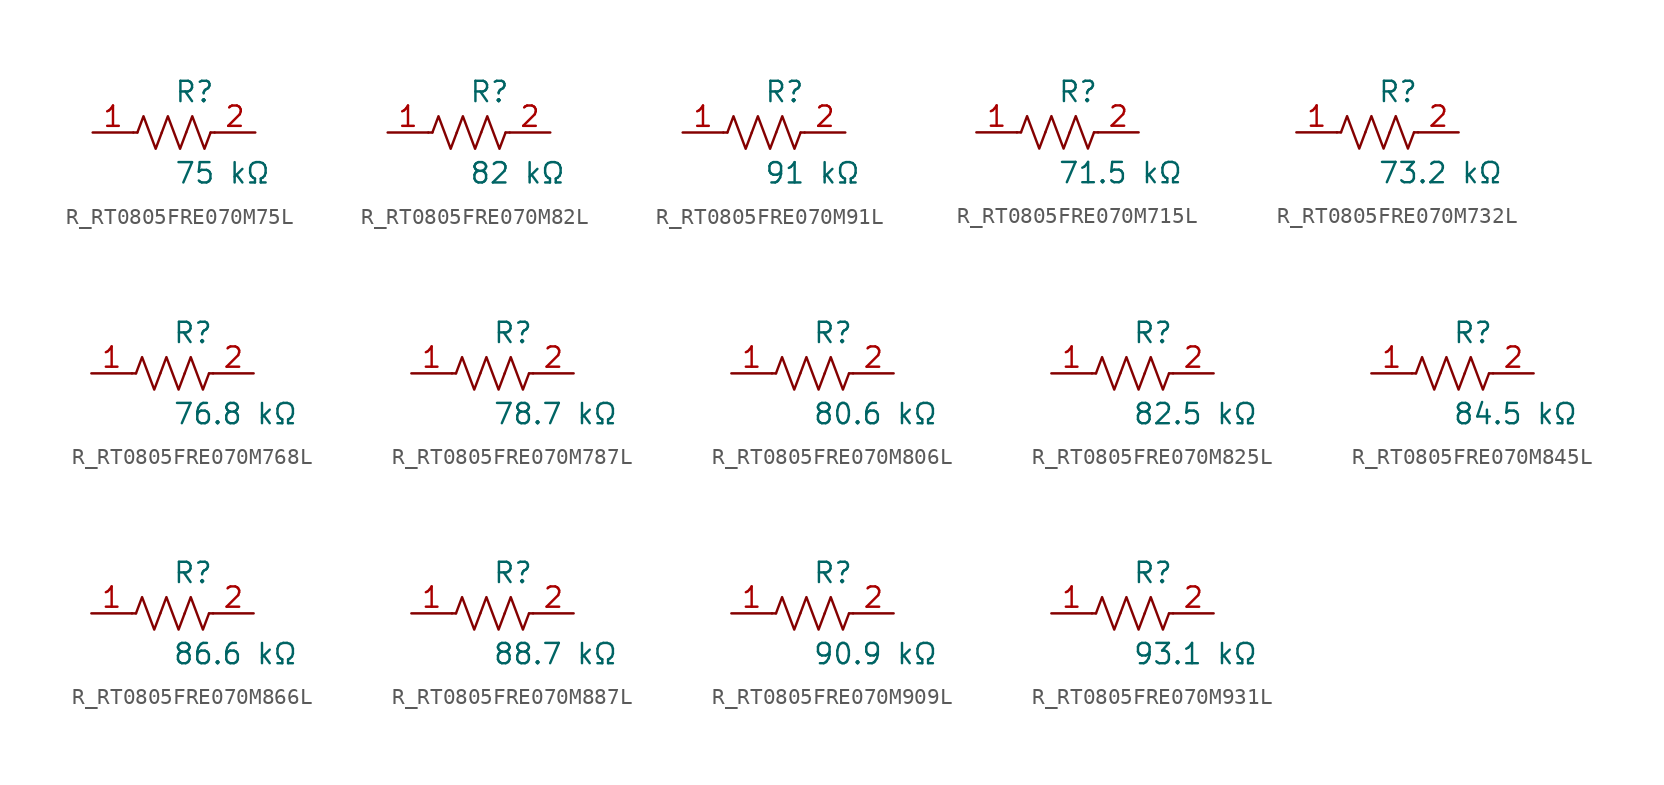
<source format=kicad_sym>
(kicad_symbol_lib
  (version 20231120)
  (generator kicad_symbol_editor)
  (generator_version 8.0)
  (symbol "R_RT0805FRE070M75L"
    (pin_names
      (offset 0.254))
    (property "Reference" "R"
      (at 0.0 2.54 0)
      (effects (font (size 1.27 1.27)) (justify left)))
    (property "Value" "75 kΩ"
      (at 0.0 -2.54 0)
      (effects (font (size 1.27 1.27)) (justify left)))
    (symbol "R_RT0805FRE070M75L_0_1"
      (polyline (pts (xy 2.286 0) (xy 2.54 0)) (stroke (width 0) (type default)) (fill (type none)))
      (polyline (pts (xy -2.286 0) (xy -2.54 0)) (stroke (width 0) (type default)) (fill (type none)))
      (polyline (pts (xy 0.762 0) (xy 1.143 1.016) (xy 1.524 0) (xy 1.905 -1.016) (xy 2.286 0)) (stroke (width 0) (type default)) (fill (type none)))
      (polyline (pts (xy -0.762 0) (xy -0.381 1.016) (xy 0 0) (xy 0.381 -1.016) (xy 0.762 0)) (stroke (width 0) (type default)) (fill (type none)))
      (polyline (pts (xy -2.286 0) (xy -1.905 1.016) (xy -1.524 0) (xy -1.143 -1.016) (xy -0.762 0)) (stroke (width 0) (type default)) (fill (type none))))
    (pin unspecified line
      (at -5.08 0 0)
      (length 2.54)
      (name "" (effects (font (size 1.27 1.27))))
      (number "1" (effects (font (size 1.27 1.27)))))
    (pin unspecified line
      (at 5.08 0 180)
      (length 2.54)
      (name "" (effects (font (size 1.27 1.27))))
      (number "2" (effects (font (size 1.27 1.27))))))
  (symbol "R_RT0805FRE070M82L"
    (pin_names
      (offset 0.254))
    (property "Reference" "R"
      (at 0.0 2.54 0)
      (effects (font (size 1.27 1.27)) (justify left)))
    (property "Value" "82 kΩ"
      (at 0.0 -2.54 0)
      (effects (font (size 1.27 1.27)) (justify left)))
    (symbol "R_RT0805FRE070M82L_0_1"
      (polyline (pts (xy 2.286 0) (xy 2.54 0)) (stroke (width 0) (type default)) (fill (type none)))
      (polyline (pts (xy -2.286 0) (xy -2.54 0)) (stroke (width 0) (type default)) (fill (type none)))
      (polyline (pts (xy 0.762 0) (xy 1.143 1.016) (xy 1.524 0) (xy 1.905 -1.016) (xy 2.286 0)) (stroke (width 0) (type default)) (fill (type none)))
      (polyline (pts (xy -0.762 0) (xy -0.381 1.016) (xy 0 0) (xy 0.381 -1.016) (xy 0.762 0)) (stroke (width 0) (type default)) (fill (type none)))
      (polyline (pts (xy -2.286 0) (xy -1.905 1.016) (xy -1.524 0) (xy -1.143 -1.016) (xy -0.762 0)) (stroke (width 0) (type default)) (fill (type none))))
    (pin unspecified line
      (at -5.08 0 0)
      (length 2.54)
      (name "" (effects (font (size 1.27 1.27))))
      (number "1" (effects (font (size 1.27 1.27)))))
    (pin unspecified line
      (at 5.08 0 180)
      (length 2.54)
      (name "" (effects (font (size 1.27 1.27))))
      (number "2" (effects (font (size 1.27 1.27))))))
  (symbol "R_RT0805FRE070M91L"
    (pin_names
      (offset 0.254))
    (property "Reference" "R"
      (at 0.0 2.54 0)
      (effects (font (size 1.27 1.27)) (justify left)))
    (property "Value" "91 kΩ"
      (at 0.0 -2.54 0)
      (effects (font (size 1.27 1.27)) (justify left)))
    (symbol "R_RT0805FRE070M91L_0_1"
      (polyline (pts (xy 2.286 0) (xy 2.54 0)) (stroke (width 0) (type default)) (fill (type none)))
      (polyline (pts (xy -2.286 0) (xy -2.54 0)) (stroke (width 0) (type default)) (fill (type none)))
      (polyline (pts (xy 0.762 0) (xy 1.143 1.016) (xy 1.524 0) (xy 1.905 -1.016) (xy 2.286 0)) (stroke (width 0) (type default)) (fill (type none)))
      (polyline (pts (xy -0.762 0) (xy -0.381 1.016) (xy 0 0) (xy 0.381 -1.016) (xy 0.762 0)) (stroke (width 0) (type default)) (fill (type none)))
      (polyline (pts (xy -2.286 0) (xy -1.905 1.016) (xy -1.524 0) (xy -1.143 -1.016) (xy -0.762 0)) (stroke (width 0) (type default)) (fill (type none))))
    (pin unspecified line
      (at -5.08 0 0)
      (length 2.54)
      (name "" (effects (font (size 1.27 1.27))))
      (number "1" (effects (font (size 1.27 1.27)))))
    (pin unspecified line
      (at 5.08 0 180)
      (length 2.54)
      (name "" (effects (font (size 1.27 1.27))))
      (number "2" (effects (font (size 1.27 1.27))))))
  (symbol "R_RT0805FRE070M715L"
    (pin_names
      (offset 0.254))
    (property "Reference" "R"
      (at 0.0 2.54 0)
      (effects (font (size 1.27 1.27)) (justify left)))
    (property "Value" "71.5 kΩ"
      (at 0.0 -2.54 0)
      (effects (font (size 1.27 1.27)) (justify left)))
    (symbol "R_RT0805FRE070M715L_0_1"
      (polyline (pts (xy 2.286 0) (xy 2.54 0)) (stroke (width 0) (type default)) (fill (type none)))
      (polyline (pts (xy -2.286 0) (xy -2.54 0)) (stroke (width 0) (type default)) (fill (type none)))
      (polyline (pts (xy 0.762 0) (xy 1.143 1.016) (xy 1.524 0) (xy 1.905 -1.016) (xy 2.286 0)) (stroke (width 0) (type default)) (fill (type none)))
      (polyline (pts (xy -0.762 0) (xy -0.381 1.016) (xy 0 0) (xy 0.381 -1.016) (xy 0.762 0)) (stroke (width 0) (type default)) (fill (type none)))
      (polyline (pts (xy -2.286 0) (xy -1.905 1.016) (xy -1.524 0) (xy -1.143 -1.016) (xy -0.762 0)) (stroke (width 0) (type default)) (fill (type none))))
    (pin unspecified line
      (at -5.08 0 0)
      (length 2.54)
      (name "" (effects (font (size 1.27 1.27))))
      (number "1" (effects (font (size 1.27 1.27)))))
    (pin unspecified line
      (at 5.08 0 180)
      (length 2.54)
      (name "" (effects (font (size 1.27 1.27))))
      (number "2" (effects (font (size 1.27 1.27))))))
  (symbol "R_RT0805FRE070M732L"
    (pin_names
      (offset 0.254))
    (property "Reference" "R"
      (at 0.0 2.54 0)
      (effects (font (size 1.27 1.27)) (justify left)))
    (property "Value" "73.2 kΩ"
      (at 0.0 -2.54 0)
      (effects (font (size 1.27 1.27)) (justify left)))
    (symbol "R_RT0805FRE070M732L_0_1"
      (polyline (pts (xy 2.286 0) (xy 2.54 0)) (stroke (width 0) (type default)) (fill (type none)))
      (polyline (pts (xy -2.286 0) (xy -2.54 0)) (stroke (width 0) (type default)) (fill (type none)))
      (polyline (pts (xy 0.762 0) (xy 1.143 1.016) (xy 1.524 0) (xy 1.905 -1.016) (xy 2.286 0)) (stroke (width 0) (type default)) (fill (type none)))
      (polyline (pts (xy -0.762 0) (xy -0.381 1.016) (xy 0 0) (xy 0.381 -1.016) (xy 0.762 0)) (stroke (width 0) (type default)) (fill (type none)))
      (polyline (pts (xy -2.286 0) (xy -1.905 1.016) (xy -1.524 0) (xy -1.143 -1.016) (xy -0.762 0)) (stroke (width 0) (type default)) (fill (type none))))
    (pin unspecified line
      (at -5.08 0 0)
      (length 2.54)
      (name "" (effects (font (size 1.27 1.27))))
      (number "1" (effects (font (size 1.27 1.27)))))
    (pin unspecified line
      (at 5.08 0 180)
      (length 2.54)
      (name "" (effects (font (size 1.27 1.27))))
      (number "2" (effects (font (size 1.27 1.27))))))
  (symbol "R_RT0805FRE070M768L"
    (pin_names
      (offset 0.254))
    (property "Reference" "R"
      (at 0.0 2.54 0)
      (effects (font (size 1.27 1.27)) (justify left)))
    (property "Value" "76.8 kΩ"
      (at 0.0 -2.54 0)
      (effects (font (size 1.27 1.27)) (justify left)))
    (symbol "R_RT0805FRE070M768L_0_1"
      (polyline (pts (xy 2.286 0) (xy 2.54 0)) (stroke (width 0) (type default)) (fill (type none)))
      (polyline (pts (xy -2.286 0) (xy -2.54 0)) (stroke (width 0) (type default)) (fill (type none)))
      (polyline (pts (xy 0.762 0) (xy 1.143 1.016) (xy 1.524 0) (xy 1.905 -1.016) (xy 2.286 0)) (stroke (width 0) (type default)) (fill (type none)))
      (polyline (pts (xy -0.762 0) (xy -0.381 1.016) (xy 0 0) (xy 0.381 -1.016) (xy 0.762 0)) (stroke (width 0) (type default)) (fill (type none)))
      (polyline (pts (xy -2.286 0) (xy -1.905 1.016) (xy -1.524 0) (xy -1.143 -1.016) (xy -0.762 0)) (stroke (width 0) (type default)) (fill (type none))))
    (pin unspecified line
      (at -5.08 0 0)
      (length 2.54)
      (name "" (effects (font (size 1.27 1.27))))
      (number "1" (effects (font (size 1.27 1.27)))))
    (pin unspecified line
      (at 5.08 0 180)
      (length 2.54)
      (name "" (effects (font (size 1.27 1.27))))
      (number "2" (effects (font (size 1.27 1.27))))))
  (symbol "R_RT0805FRE070M787L"
    (pin_names
      (offset 0.254))
    (property "Reference" "R"
      (at 0.0 2.54 0)
      (effects (font (size 1.27 1.27)) (justify left)))
    (property "Value" "78.7 kΩ"
      (at 0.0 -2.54 0)
      (effects (font (size 1.27 1.27)) (justify left)))
    (symbol "R_RT0805FRE070M787L_0_1"
      (polyline (pts (xy 2.286 0) (xy 2.54 0)) (stroke (width 0) (type default)) (fill (type none)))
      (polyline (pts (xy -2.286 0) (xy -2.54 0)) (stroke (width 0) (type default)) (fill (type none)))
      (polyline (pts (xy 0.762 0) (xy 1.143 1.016) (xy 1.524 0) (xy 1.905 -1.016) (xy 2.286 0)) (stroke (width 0) (type default)) (fill (type none)))
      (polyline (pts (xy -0.762 0) (xy -0.381 1.016) (xy 0 0) (xy 0.381 -1.016) (xy 0.762 0)) (stroke (width 0) (type default)) (fill (type none)))
      (polyline (pts (xy -2.286 0) (xy -1.905 1.016) (xy -1.524 0) (xy -1.143 -1.016) (xy -0.762 0)) (stroke (width 0) (type default)) (fill (type none))))
    (pin unspecified line
      (at -5.08 0 0)
      (length 2.54)
      (name "" (effects (font (size 1.27 1.27))))
      (number "1" (effects (font (size 1.27 1.27)))))
    (pin unspecified line
      (at 5.08 0 180)
      (length 2.54)
      (name "" (effects (font (size 1.27 1.27))))
      (number "2" (effects (font (size 1.27 1.27))))))
  (symbol "R_RT0805FRE070M806L"
    (pin_names
      (offset 0.254))
    (property "Reference" "R"
      (at 0.0 2.54 0)
      (effects (font (size 1.27 1.27)) (justify left)))
    (property "Value" "80.6 kΩ"
      (at 0.0 -2.54 0)
      (effects (font (size 1.27 1.27)) (justify left)))
    (symbol "R_RT0805FRE070M806L_0_1"
      (polyline (pts (xy 2.286 0) (xy 2.54 0)) (stroke (width 0) (type default)) (fill (type none)))
      (polyline (pts (xy -2.286 0) (xy -2.54 0)) (stroke (width 0) (type default)) (fill (type none)))
      (polyline (pts (xy 0.762 0) (xy 1.143 1.016) (xy 1.524 0) (xy 1.905 -1.016) (xy 2.286 0)) (stroke (width 0) (type default)) (fill (type none)))
      (polyline (pts (xy -0.762 0) (xy -0.381 1.016) (xy 0 0) (xy 0.381 -1.016) (xy 0.762 0)) (stroke (width 0) (type default)) (fill (type none)))
      (polyline (pts (xy -2.286 0) (xy -1.905 1.016) (xy -1.524 0) (xy -1.143 -1.016) (xy -0.762 0)) (stroke (width 0) (type default)) (fill (type none))))
    (pin unspecified line
      (at -5.08 0 0)
      (length 2.54)
      (name "" (effects (font (size 1.27 1.27))))
      (number "1" (effects (font (size 1.27 1.27)))))
    (pin unspecified line
      (at 5.08 0 180)
      (length 2.54)
      (name "" (effects (font (size 1.27 1.27))))
      (number "2" (effects (font (size 1.27 1.27))))))
  (symbol "R_RT0805FRE070M825L"
    (pin_names
      (offset 0.254))
    (property "Reference" "R"
      (at 0.0 2.54 0)
      (effects (font (size 1.27 1.27)) (justify left)))
    (property "Value" "82.5 kΩ"
      (at 0.0 -2.54 0)
      (effects (font (size 1.27 1.27)) (justify left)))
    (symbol "R_RT0805FRE070M825L_0_1"
      (polyline (pts (xy 2.286 0) (xy 2.54 0)) (stroke (width 0) (type default)) (fill (type none)))
      (polyline (pts (xy -2.286 0) (xy -2.54 0)) (stroke (width 0) (type default)) (fill (type none)))
      (polyline (pts (xy 0.762 0) (xy 1.143 1.016) (xy 1.524 0) (xy 1.905 -1.016) (xy 2.286 0)) (stroke (width 0) (type default)) (fill (type none)))
      (polyline (pts (xy -0.762 0) (xy -0.381 1.016) (xy 0 0) (xy 0.381 -1.016) (xy 0.762 0)) (stroke (width 0) (type default)) (fill (type none)))
      (polyline (pts (xy -2.286 0) (xy -1.905 1.016) (xy -1.524 0) (xy -1.143 -1.016) (xy -0.762 0)) (stroke (width 0) (type default)) (fill (type none))))
    (pin unspecified line
      (at -5.08 0 0)
      (length 2.54)
      (name "" (effects (font (size 1.27 1.27))))
      (number "1" (effects (font (size 1.27 1.27)))))
    (pin unspecified line
      (at 5.08 0 180)
      (length 2.54)
      (name "" (effects (font (size 1.27 1.27))))
      (number "2" (effects (font (size 1.27 1.27))))))
  (symbol "R_RT0805FRE070M845L"
    (pin_names
      (offset 0.254))
    (property "Reference" "R"
      (at 0.0 2.54 0)
      (effects (font (size 1.27 1.27)) (justify left)))
    (property "Value" "84.5 kΩ"
      (at 0.0 -2.54 0)
      (effects (font (size 1.27 1.27)) (justify left)))
    (symbol "R_RT0805FRE070M845L_0_1"
      (polyline (pts (xy 2.286 0) (xy 2.54 0)) (stroke (width 0) (type default)) (fill (type none)))
      (polyline (pts (xy -2.286 0) (xy -2.54 0)) (stroke (width 0) (type default)) (fill (type none)))
      (polyline (pts (xy 0.762 0) (xy 1.143 1.016) (xy 1.524 0) (xy 1.905 -1.016) (xy 2.286 0)) (stroke (width 0) (type default)) (fill (type none)))
      (polyline (pts (xy -0.762 0) (xy -0.381 1.016) (xy 0 0) (xy 0.381 -1.016) (xy 0.762 0)) (stroke (width 0) (type default)) (fill (type none)))
      (polyline (pts (xy -2.286 0) (xy -1.905 1.016) (xy -1.524 0) (xy -1.143 -1.016) (xy -0.762 0)) (stroke (width 0) (type default)) (fill (type none))))
    (pin unspecified line
      (at -5.08 0 0)
      (length 2.54)
      (name "" (effects (font (size 1.27 1.27))))
      (number "1" (effects (font (size 1.27 1.27)))))
    (pin unspecified line
      (at 5.08 0 180)
      (length 2.54)
      (name "" (effects (font (size 1.27 1.27))))
      (number "2" (effects (font (size 1.27 1.27))))))
  (symbol "R_RT0805FRE070M866L"
    (pin_names
      (offset 0.254))
    (property "Reference" "R"
      (at 0.0 2.54 0)
      (effects (font (size 1.27 1.27)) (justify left)))
    (property "Value" "86.6 kΩ"
      (at 0.0 -2.54 0)
      (effects (font (size 1.27 1.27)) (justify left)))
    (symbol "R_RT0805FRE070M866L_0_1"
      (polyline (pts (xy 2.286 0) (xy 2.54 0)) (stroke (width 0) (type default)) (fill (type none)))
      (polyline (pts (xy -2.286 0) (xy -2.54 0)) (stroke (width 0) (type default)) (fill (type none)))
      (polyline (pts (xy 0.762 0) (xy 1.143 1.016) (xy 1.524 0) (xy 1.905 -1.016) (xy 2.286 0)) (stroke (width 0) (type default)) (fill (type none)))
      (polyline (pts (xy -0.762 0) (xy -0.381 1.016) (xy 0 0) (xy 0.381 -1.016) (xy 0.762 0)) (stroke (width 0) (type default)) (fill (type none)))
      (polyline (pts (xy -2.286 0) (xy -1.905 1.016) (xy -1.524 0) (xy -1.143 -1.016) (xy -0.762 0)) (stroke (width 0) (type default)) (fill (type none))))
    (pin unspecified line
      (at -5.08 0 0)
      (length 2.54)
      (name "" (effects (font (size 1.27 1.27))))
      (number "1" (effects (font (size 1.27 1.27)))))
    (pin unspecified line
      (at 5.08 0 180)
      (length 2.54)
      (name "" (effects (font (size 1.27 1.27))))
      (number "2" (effects (font (size 1.27 1.27))))))
  (symbol "R_RT0805FRE070M887L"
    (pin_names
      (offset 0.254))
    (property "Reference" "R"
      (at 0.0 2.54 0)
      (effects (font (size 1.27 1.27)) (justify left)))
    (property "Value" "88.7 kΩ"
      (at 0.0 -2.54 0)
      (effects (font (size 1.27 1.27)) (justify left)))
    (symbol "R_RT0805FRE070M887L_0_1"
      (polyline (pts (xy 2.286 0) (xy 2.54 0)) (stroke (width 0) (type default)) (fill (type none)))
      (polyline (pts (xy -2.286 0) (xy -2.54 0)) (stroke (width 0) (type default)) (fill (type none)))
      (polyline (pts (xy 0.762 0) (xy 1.143 1.016) (xy 1.524 0) (xy 1.905 -1.016) (xy 2.286 0)) (stroke (width 0) (type default)) (fill (type none)))
      (polyline (pts (xy -0.762 0) (xy -0.381 1.016) (xy 0 0) (xy 0.381 -1.016) (xy 0.762 0)) (stroke (width 0) (type default)) (fill (type none)))
      (polyline (pts (xy -2.286 0) (xy -1.905 1.016) (xy -1.524 0) (xy -1.143 -1.016) (xy -0.762 0)) (stroke (width 0) (type default)) (fill (type none))))
    (pin unspecified line
      (at -5.08 0 0)
      (length 2.54)
      (name "" (effects (font (size 1.27 1.27))))
      (number "1" (effects (font (size 1.27 1.27)))))
    (pin unspecified line
      (at 5.08 0 180)
      (length 2.54)
      (name "" (effects (font (size 1.27 1.27))))
      (number "2" (effects (font (size 1.27 1.27))))))
  (symbol "R_RT0805FRE070M909L"
    (pin_names
      (offset 0.254))
    (property "Reference" "R"
      (at 0.0 2.54 0)
      (effects (font (size 1.27 1.27)) (justify left)))
    (property "Value" "90.9 kΩ"
      (at 0.0 -2.54 0)
      (effects (font (size 1.27 1.27)) (justify left)))
    (symbol "R_RT0805FRE070M909L_0_1"
      (polyline (pts (xy 2.286 0) (xy 2.54 0)) (stroke (width 0) (type default)) (fill (type none)))
      (polyline (pts (xy -2.286 0) (xy -2.54 0)) (stroke (width 0) (type default)) (fill (type none)))
      (polyline (pts (xy 0.762 0) (xy 1.143 1.016) (xy 1.524 0) (xy 1.905 -1.016) (xy 2.286 0)) (stroke (width 0) (type default)) (fill (type none)))
      (polyline (pts (xy -0.762 0) (xy -0.381 1.016) (xy 0 0) (xy 0.381 -1.016) (xy 0.762 0)) (stroke (width 0) (type default)) (fill (type none)))
      (polyline (pts (xy -2.286 0) (xy -1.905 1.016) (xy -1.524 0) (xy -1.143 -1.016) (xy -0.762 0)) (stroke (width 0) (type default)) (fill (type none))))
    (pin unspecified line
      (at -5.08 0 0)
      (length 2.54)
      (name "" (effects (font (size 1.27 1.27))))
      (number "1" (effects (font (size 1.27 1.27)))))
    (pin unspecified line
      (at 5.08 0 180)
      (length 2.54)
      (name "" (effects (font (size 1.27 1.27))))
      (number "2" (effects (font (size 1.27 1.27))))))
  (symbol "R_RT0805FRE070M931L"
    (pin_names
      (offset 0.254))
    (property "Reference" "R"
      (at 0.0 2.54 0)
      (effects (font (size 1.27 1.27)) (justify left)))
    (property "Value" "93.1 kΩ"
      (at 0.0 -2.54 0)
      (effects (font (size 1.27 1.27)) (justify left)))
    (symbol "R_RT0805FRE070M931L_0_1"
      (polyline (pts (xy 2.286 0) (xy 2.54 0)) (stroke (width 0) (type default)) (fill (type none)))
      (polyline (pts (xy -2.286 0) (xy -2.54 0)) (stroke (width 0) (type default)) (fill (type none)))
      (polyline (pts (xy 0.762 0) (xy 1.143 1.016) (xy 1.524 0) (xy 1.905 -1.016) (xy 2.286 0)) (stroke (width 0) (type default)) (fill (type none)))
      (polyline (pts (xy -0.762 0) (xy -0.381 1.016) (xy 0 0) (xy 0.381 -1.016) (xy 0.762 0)) (stroke (width 0) (type default)) (fill (type none)))
      (polyline (pts (xy -2.286 0) (xy -1.905 1.016) (xy -1.524 0) (xy -1.143 -1.016) (xy -0.762 0)) (stroke (width 0) (type default)) (fill (type none))))
    (pin unspecified line
      (at -5.08 0 0)
      (length 2.54)
      (name "" (effects (font (size 1.27 1.27))))
      (number "1" (effects (font (size 1.27 1.27)))))
    (pin unspecified line
      (at 5.08 0 180)
      (length 2.54)
      (name "" (effects (font (size 1.27 1.27))))
      (number "2" (effects (font (size 1.27 1.27)))))))
</source>
